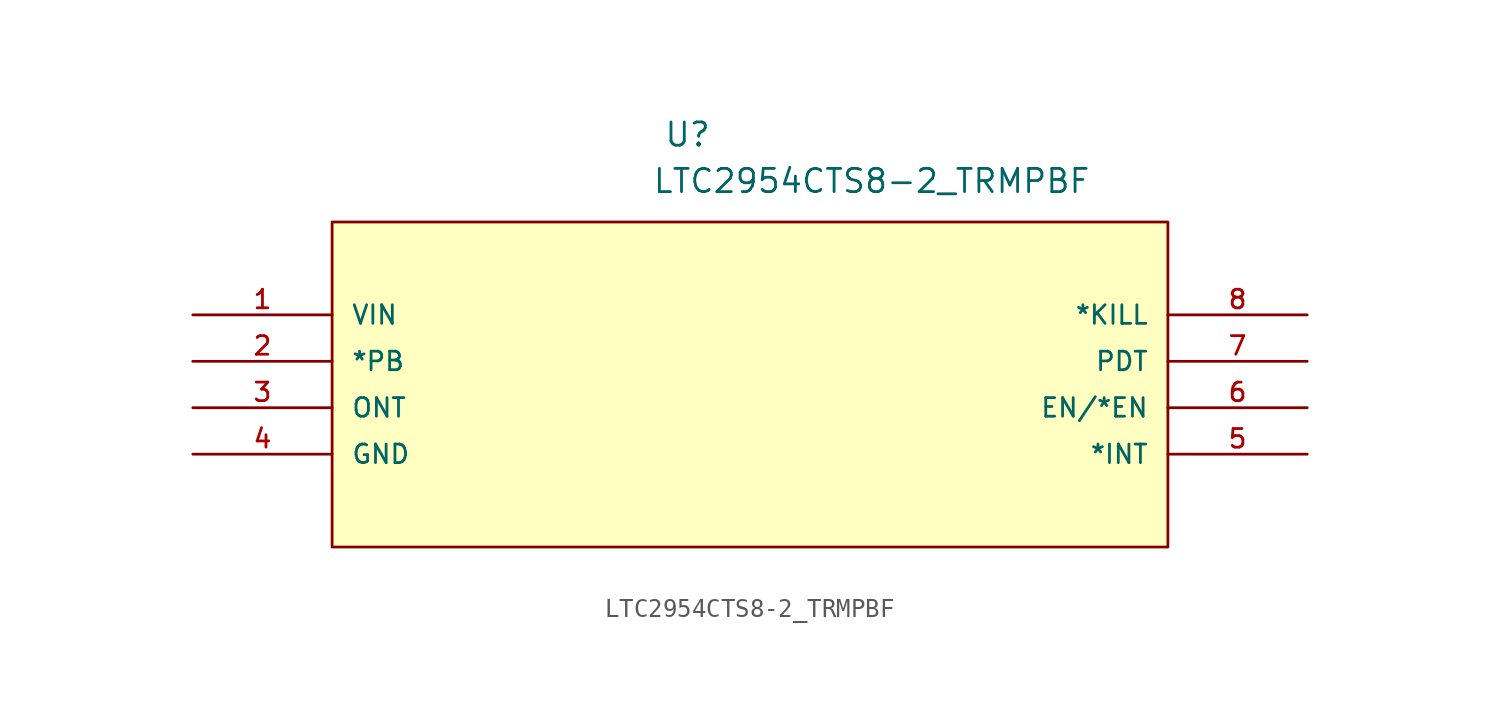
<source format=kicad_sym>
(kicad_symbol_lib
  (version 20211014)
  (generator kicad_symbol_editor)
  (symbol "LTC2954CTS8-2_TRMPBF"
    (pin_names
      (offset 1.016))
    (property "Reference" "U"
      (at 25.756 9.119 0.0)
      (effects (font (size 1.27 1.27)) (justify bottom left)))
    (property "Value" "LTC2954CTS8-2_TRMPBF"
      (at 25.121 6.579 0.0)
      (effects (font (size 1.27 1.27)) (justify bottom left)))
    (symbol "LTC2954CTS8-2_TRMPBF_0_0"
      (rectangle (start 7.62 -12.7) (end 53.34 5.08) (stroke (width 0.152)) (fill (type background)))
      (pin input line (at 0.0 0.0 0) (length 7.62) (name "VIN" (effects (font (size 1.016 1.016)))) (number "1" (effects (font (size 1.016 1.016)))))
      (pin input line (at 0.0 -2.54 0) (length 7.62) (name "*PB" (effects (font (size 1.016 1.016)))) (number "2" (effects (font (size 1.016 1.016)))))
      (pin input line (at 0.0 -5.08 0) (length 7.62) (name "ONT" (effects (font (size 1.016 1.016)))) (number "3" (effects (font (size 1.016 1.016)))))
      (pin power_in line (at 0.0 -7.62 0) (length 7.62) (name "GND" (effects (font (size 1.016 1.016)))) (number "4" (effects (font (size 1.016 1.016)))))
      (pin output line (at 60.96 -7.62 180.0) (length 7.62) (name "*INT" (effects (font (size 1.016 1.016)))) (number "5" (effects (font (size 1.016 1.016)))))
      (pin output line (at 60.96 -5.08 180.0) (length 7.62) (name "EN/*EN" (effects (font (size 1.016 1.016)))) (number "6" (effects (font (size 1.016 1.016)))))
      (pin input line (at 60.96 -2.54 180.0) (length 7.62) (name "PDT" (effects (font (size 1.016 1.016)))) (number "7" (effects (font (size 1.016 1.016)))))
      (pin input line (at 60.96 0.0 180.0) (length 7.62) (name "*KILL" (effects (font (size 1.016 1.016)))) (number "8" (effects (font (size 1.016 1.016))))))))
</source>
